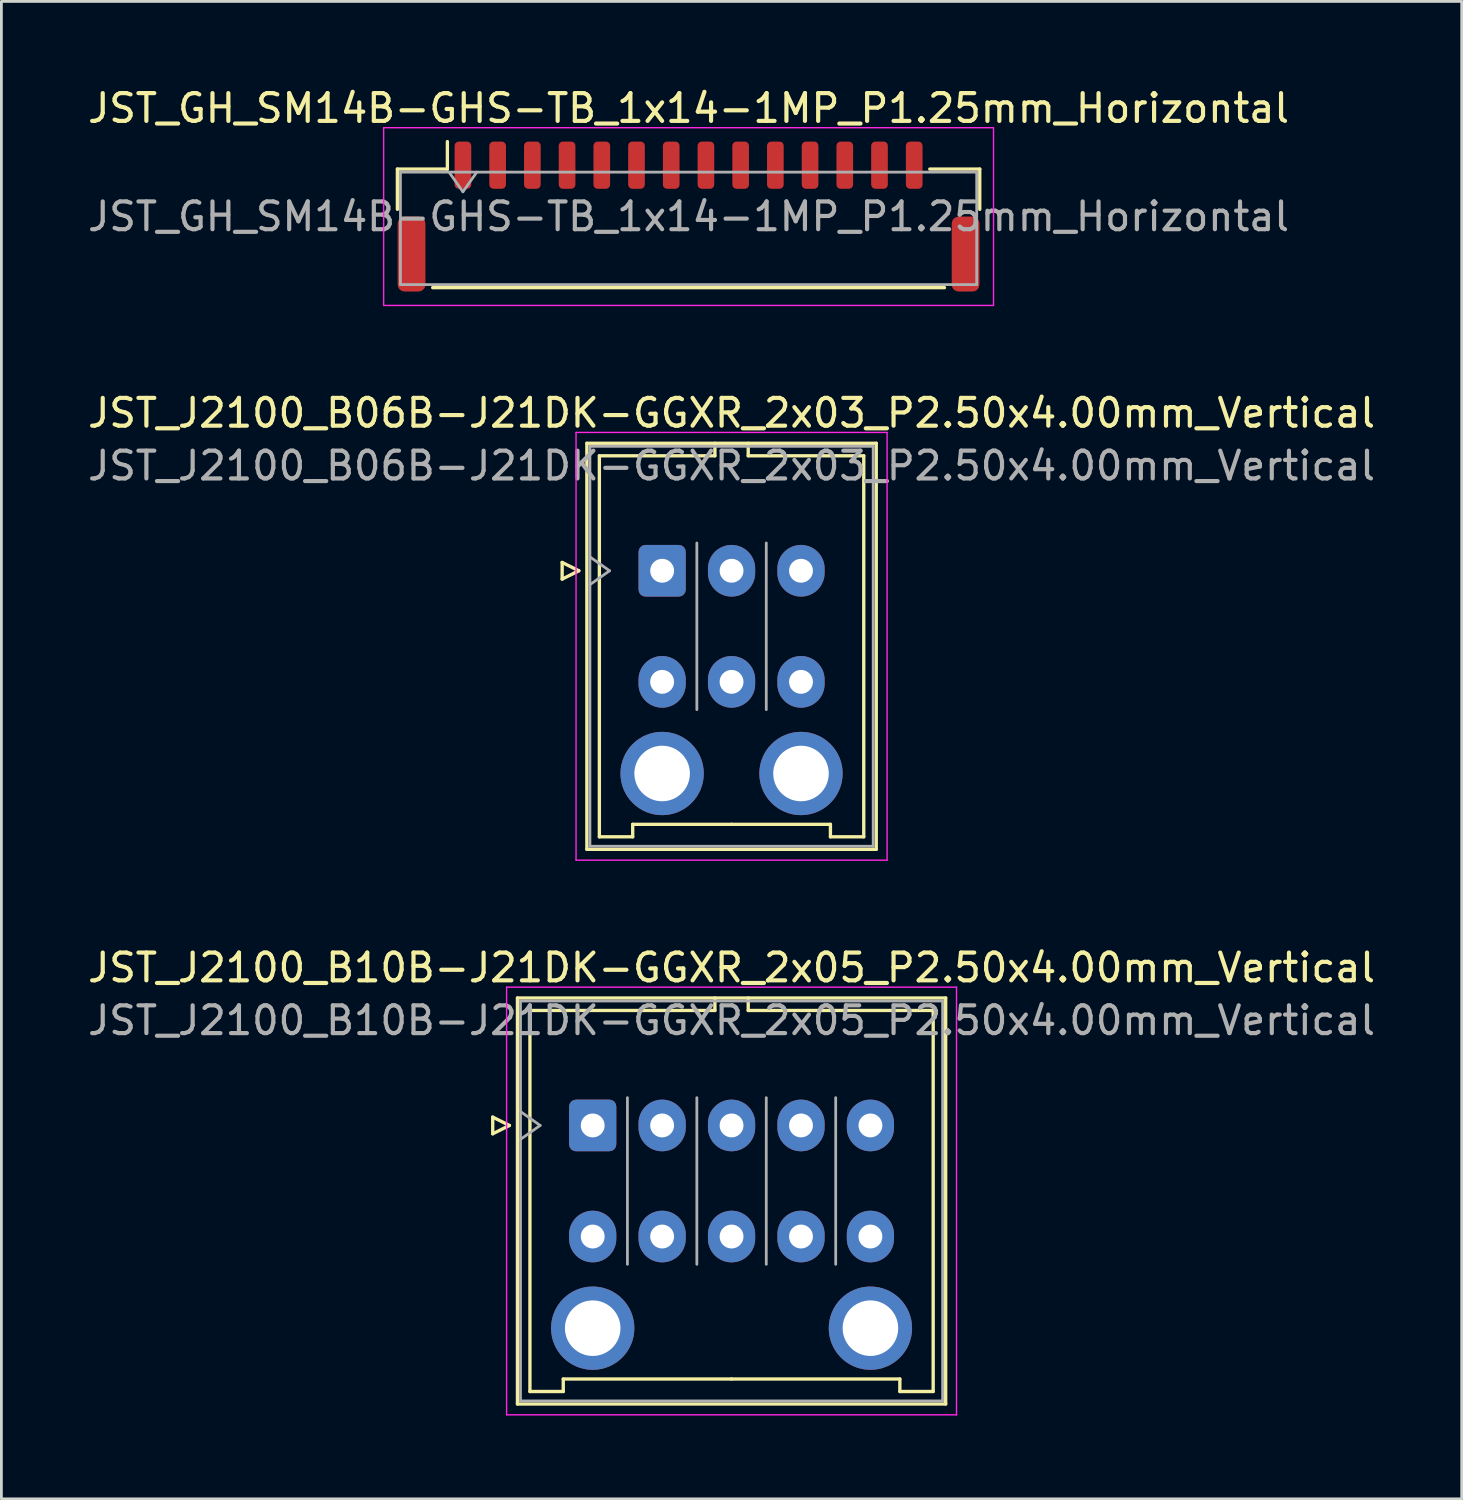
<source format=kicad_pcb>
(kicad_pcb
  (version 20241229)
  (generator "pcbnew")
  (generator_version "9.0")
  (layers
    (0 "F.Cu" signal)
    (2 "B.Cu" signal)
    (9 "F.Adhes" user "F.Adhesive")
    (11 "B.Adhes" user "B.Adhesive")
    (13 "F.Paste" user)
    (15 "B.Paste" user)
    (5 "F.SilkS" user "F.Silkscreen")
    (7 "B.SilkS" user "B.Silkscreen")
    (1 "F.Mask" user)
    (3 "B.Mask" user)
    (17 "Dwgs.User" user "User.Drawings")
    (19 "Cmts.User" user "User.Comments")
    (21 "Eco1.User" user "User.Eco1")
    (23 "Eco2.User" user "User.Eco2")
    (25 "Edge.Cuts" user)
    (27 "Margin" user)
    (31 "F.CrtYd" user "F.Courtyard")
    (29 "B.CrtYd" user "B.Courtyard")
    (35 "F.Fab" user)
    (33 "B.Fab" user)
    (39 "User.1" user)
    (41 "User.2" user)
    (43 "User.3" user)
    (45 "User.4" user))
  (footprint "JST_J2100_B06B-J21DK-GGXR_2x03_P2.50x4.00mm_Vertical"
    (layer "F.Cu")
    (at 20.792 17.502)
    (property "Reference" "JST_J2100_B06B-J21DK-GGXR_2x03_P2.50x4.00mm_Vertical" (at 2.5 -5.68 0) (layer "F.SilkS") (effects (font (size 1 1) (thickness 0.15))))
    (attr through_hole)
    (fp_line (start -3.6 -0.3) (end -3 0) (stroke (width 0.12) (type solid)) (layer "F.SilkS"))
    (fp_line (start -3.6 0.3) (end -3.6 -0.3) (stroke (width 0.12) (type solid)) (layer "F.SilkS"))
    (fp_line (start -3 0) (end -3.6 0.3) (stroke (width 0.12) (type solid)) (layer "F.SilkS"))
    (fp_line (start -2.71 -4.59) (end -2.71 10.03) (stroke (width 0.12) (type solid)) (layer "F.SilkS"))
    (fp_line (start -2.71 10.03) (end 7.71 10.03) (stroke (width 0.12) (type solid)) (layer "F.SilkS"))
    (fp_line (start -2.26 -4.14) (end -2.26 9.58) (stroke (width 0.12) (type solid)) (layer "F.SilkS"))
    (fp_line (start -2.26 9.58) (end -1.06 9.58) (stroke (width 0.12) (type solid)) (layer "F.SilkS"))
    (fp_line (start -1.06 9.13) (end 2.5 9.13) (stroke (width 0.12) (type solid)) (layer "F.SilkS"))
    (fp_line (start -1.06 9.58) (end -1.06 9.13) (stroke (width 0.12) (type solid)) (layer "F.SilkS"))
    (fp_line (start 1.9 -4.59) (end 1.9 -4.14) (stroke (width 0.12) (type solid)) (layer "F.SilkS"))
    (fp_line (start 1.9 -4.14) (end -2.26 -4.14) (stroke (width 0.12) (type solid)) (layer "F.SilkS"))
    (fp_line (start 3.1 -4.59) (end 3.1 -4.14) (stroke (width 0.12) (type solid)) (layer "F.SilkS"))
    (fp_line (start 3.1 -4.14) (end 7.26 -4.14) (stroke (width 0.12) (type solid)) (layer "F.SilkS"))
    (fp_line (start 6.06 9.13) (end 2.5 9.13) (stroke (width 0.12) (type solid)) (layer "F.SilkS"))
    (fp_line (start 6.06 9.58) (end 6.06 9.13) (stroke (width 0.12) (type solid)) (layer "F.SilkS"))
    (fp_line (start 7.26 -4.14) (end 7.26 9.58) (stroke (width 0.12) (type solid)) (layer "F.SilkS"))
    (fp_line (start 7.26 9.58) (end 6.06 9.58) (stroke (width 0.12) (type solid)) (layer "F.SilkS"))
    (fp_line (start 7.71 -4.59) (end -2.71 -4.59) (stroke (width 0.12) (type solid)) (layer "F.SilkS"))
    (fp_line (start 7.71 10.03) (end 7.71 -4.59) (stroke (width 0.12) (type solid)) (layer "F.SilkS"))
    (fp_line (start -3.1 -4.98) (end -3.1 10.42) (stroke (width 0.05) (type solid)) (layer "F.CrtYd"))
    (fp_line (start -3.1 10.42) (end 8.1 10.42) (stroke (width 0.05) (type solid)) (layer "F.CrtYd"))
    (fp_line (start 8.1 -4.98) (end -3.1 -4.98) (stroke (width 0.05) (type solid)) (layer "F.CrtYd"))
    (fp_line (start 8.1 10.42) (end 8.1 -4.98) (stroke (width 0.05) (type solid)) (layer "F.CrtYd"))
    (fp_line (start -2.6 -4.48) (end -2.6 9.92) (stroke (width 0.1) (type solid)) (layer "F.Fab"))
    (fp_line (start -2.6 0.5) (end -1.893 0) (stroke (width 0.1) (type solid)) (layer "F.Fab"))
    (fp_line (start -2.6 9.92) (end 7.6 9.92) (stroke (width 0.1) (type solid)) (layer "F.Fab"))
    (fp_line (start -1.893 0) (end -2.6 -0.5) (stroke (width 0.1) (type solid)) (layer "F.Fab"))
    (fp_line (start 1.25 5) (end 1.25 -1) (stroke (width 0.1) (type solid)) (layer "F.Fab"))
    (fp_line (start 3.75 5) (end 3.75 -1) (stroke (width 0.1) (type solid)) (layer "F.Fab"))
    (fp_line (start 7.6 -4.48) (end -2.6 -4.48) (stroke (width 0.1) (type solid)) (layer "F.Fab"))
    (fp_line (start 7.6 9.92) (end 7.6 -4.48) (stroke (width 0.1) (type solid)) (layer "F.Fab"))
    (fp_text user "${REFERENCE}" (at 2.5 -3.78 0) (layer "F.Fab") (effects (font (size 1 1) (thickness 0.15))))
    (pad "" thru_hole circle (at 0 7.3) (size 3 3) (drill 2) (layers "*.Cu" "*.Mask"))
    (pad "" thru_hole circle (at 5 7.3) (size 3 3) (drill 2) (layers "*.Cu" "*.Mask"))
    (pad "1" thru_hole roundrect (at 0 0) (size 1.7 1.86) (drill 0.86) (layers "*.Cu" "*.Mask") (roundrect_rratio 0.147))
    (pad "2" thru_hole oval (at 2.5 0) (size 1.7 1.86) (drill 0.86) (layers "*.Cu" "*.Mask"))
    (pad "3" thru_hole oval (at 5 0) (size 1.7 1.86) (drill 0.86) (layers "*.Cu" "*.Mask"))
    (pad "4" thru_hole oval (at 0 4) (size 1.7 1.86) (drill 0.86) (layers "*.Cu" "*.Mask"))
    (pad "5" thru_hole oval (at 2.5 4) (size 1.7 1.86) (drill 0.86) (layers "*.Cu" "*.Mask"))
    (pad "6" thru_hole oval (at 5 4) (size 1.7 1.86) (drill 0.86) (layers "*.Cu" "*.Mask")))
  (footprint "JST_GH_SM14B-GHS-TB_1x14-1MP_P1.25mm_Horizontal"
    (layer "F.Cu")
    (at 21.744 4.748)
    (property "Reference" "JST_GH_SM14B-GHS-TB_1x14-1MP_P1.25mm_Horizontal" (at 0 -3.9 0) (layer "F.SilkS") (effects (font (size 1 1) (thickness 0.15))))
    (attr smd)
    (fp_line (start -10.485 -1.71) (end -8.685 -1.71) (stroke (width 0.12) (type solid)) (layer "F.SilkS"))
    (fp_line (start -10.485 -0.26) (end -10.485 -1.71) (stroke (width 0.12) (type solid)) (layer "F.SilkS"))
    (fp_line (start -9.215 2.56) (end 9.215 2.56) (stroke (width 0.12) (type solid)) (layer "F.SilkS"))
    (fp_line (start -8.685 -1.71) (end -8.685 -2.7) (stroke (width 0.12) (type solid)) (layer "F.SilkS"))
    (fp_line (start 10.485 -1.71) (end 8.685 -1.71) (stroke (width 0.12) (type solid)) (layer "F.SilkS"))
    (fp_line (start 10.485 -0.26) (end 10.485 -1.71) (stroke (width 0.12) (type solid)) (layer "F.SilkS"))
    (fp_line (start -10.98 -3.2) (end -10.98 3.2) (stroke (width 0.05) (type solid)) (layer "F.CrtYd"))
    (fp_line (start -10.98 3.2) (end 10.98 3.2) (stroke (width 0.05) (type solid)) (layer "F.CrtYd"))
    (fp_line (start 10.98 -3.2) (end -10.98 -3.2) (stroke (width 0.05) (type solid)) (layer "F.CrtYd"))
    (fp_line (start 10.98 3.2) (end 10.98 -3.2) (stroke (width 0.05) (type solid)) (layer "F.CrtYd"))
    (fp_line (start -10.375 -1.6) (end -10.375 2.45) (stroke (width 0.1) (type solid)) (layer "F.Fab"))
    (fp_line (start -10.375 -1.6) (end 10.375 -1.6) (stroke (width 0.1) (type solid)) (layer "F.Fab"))
    (fp_line (start -10.375 2.45) (end 10.375 2.45) (stroke (width 0.1) (type solid)) (layer "F.Fab"))
    (fp_line (start -8.625 -1.6) (end -8.125 -0.893) (stroke (width 0.1) (type solid)) (layer "F.Fab"))
    (fp_line (start -8.125 -0.893) (end -7.625 -1.6) (stroke (width 0.1) (type solid)) (layer "F.Fab"))
    (fp_line (start 10.375 -1.6) (end 10.375 2.45) (stroke (width 0.1) (type solid)) (layer "F.Fab"))
    (fp_text user "${REFERENCE}" (at 0 0 0) (layer "F.Fab") (effects (font (size 1 1) (thickness 0.15))))
    (pad "1" smd roundrect (at -8.125 -1.85) (size 0.6 1.7) (layers "F.Cu" "F.Mask" "F.Paste") (roundrect_rratio 0.25))
    (pad "2" smd roundrect (at -6.875 -1.85) (size 0.6 1.7) (layers "F.Cu" "F.Mask" "F.Paste") (roundrect_rratio 0.25))
    (pad "3" smd roundrect (at -5.625 -1.85) (size 0.6 1.7) (layers "F.Cu" "F.Mask" "F.Paste") (roundrect_rratio 0.25))
    (pad "4" smd roundrect (at -4.375 -1.85) (size 0.6 1.7) (layers "F.Cu" "F.Mask" "F.Paste") (roundrect_rratio 0.25))
    (pad "5" smd roundrect (at -3.125 -1.85) (size 0.6 1.7) (layers "F.Cu" "F.Mask" "F.Paste") (roundrect_rratio 0.25))
    (pad "6" smd roundrect (at -1.875 -1.85) (size 0.6 1.7) (layers "F.Cu" "F.Mask" "F.Paste") (roundrect_rratio 0.25))
    (pad "7" smd roundrect (at -0.625 -1.85) (size 0.6 1.7) (layers "F.Cu" "F.Mask" "F.Paste") (roundrect_rratio 0.25))
    (pad "8" smd roundrect (at 0.625 -1.85) (size 0.6 1.7) (layers "F.Cu" "F.Mask" "F.Paste") (roundrect_rratio 0.25))
    (pad "9" smd roundrect (at 1.875 -1.85) (size 0.6 1.7) (layers "F.Cu" "F.Mask" "F.Paste") (roundrect_rratio 0.25))
    (pad "10" smd roundrect (at 3.125 -1.85) (size 0.6 1.7) (layers "F.Cu" "F.Mask" "F.Paste") (roundrect_rratio 0.25))
    (pad "11" smd roundrect (at 4.375 -1.85) (size 0.6 1.7) (layers "F.Cu" "F.Mask" "F.Paste") (roundrect_rratio 0.25))
    (pad "12" smd roundrect (at 5.625 -1.85) (size 0.6 1.7) (layers "F.Cu" "F.Mask" "F.Paste") (roundrect_rratio 0.25))
    (pad "13" smd roundrect (at 6.875 -1.85) (size 0.6 1.7) (layers "F.Cu" "F.Mask" "F.Paste") (roundrect_rratio 0.25))
    (pad "14" smd roundrect (at 8.125 -1.85) (size 0.6 1.7) (layers "F.Cu" "F.Mask" "F.Paste") (roundrect_rratio 0.25))
    (pad "MP" smd roundrect (at -9.975 1.35) (size 1 2.7) (layers "F.Cu" "F.Mask" "F.Paste") (roundrect_rratio 0.25))
    (pad "MP" smd roundrect (at 9.975 1.35) (size 1 2.7) (layers "F.Cu" "F.Mask" "F.Paste") (roundrect_rratio 0.25)))
  (footprint "JST_J2100_B10B-J21DK-GGXR_2x05_P2.50x4.00mm_Vertical"
    (layer "F.Cu")
    (at 18.292 37.475)
    (property "Reference" "JST_J2100_B10B-J21DK-GGXR_2x05_P2.50x4.00mm_Vertical" (at 5 -5.68 0) (layer "F.SilkS") (effects (font (size 1 1) (thickness 0.15))))
    (attr through_hole)
    (fp_line (start -3.6 -0.3) (end -3 0) (stroke (width 0.12) (type solid)) (layer "F.SilkS"))
    (fp_line (start -3.6 0.3) (end -3.6 -0.3) (stroke (width 0.12) (type solid)) (layer "F.SilkS"))
    (fp_line (start -3 0) (end -3.6 0.3) (stroke (width 0.12) (type solid)) (layer "F.SilkS"))
    (fp_line (start -2.71 -4.59) (end -2.71 10.03) (stroke (width 0.12) (type solid)) (layer "F.SilkS"))
    (fp_line (start -2.71 10.03) (end 12.71 10.03) (stroke (width 0.12) (type solid)) (layer "F.SilkS"))
    (fp_line (start -2.26 -4.14) (end -2.26 9.58) (stroke (width 0.12) (type solid)) (layer "F.SilkS"))
    (fp_line (start -2.26 9.58) (end -1.06 9.58) (stroke (width 0.12) (type solid)) (layer "F.SilkS"))
    (fp_line (start -1.06 9.13) (end 5 9.13) (stroke (width 0.12) (type solid)) (layer "F.SilkS"))
    (fp_line (start -1.06 9.58) (end -1.06 9.13) (stroke (width 0.12) (type solid)) (layer "F.SilkS"))
    (fp_line (start 4.4 -4.59) (end 4.4 -4.14) (stroke (width 0.12) (type solid)) (layer "F.SilkS"))
    (fp_line (start 4.4 -4.14) (end -2.26 -4.14) (stroke (width 0.12) (type solid)) (layer "F.SilkS"))
    (fp_line (start 5.6 -4.59) (end 5.6 -4.14) (stroke (width 0.12) (type solid)) (layer "F.SilkS"))
    (fp_line (start 5.6 -4.14) (end 12.26 -4.14) (stroke (width 0.12) (type solid)) (layer "F.SilkS"))
    (fp_line (start 11.06 9.13) (end 5 9.13) (stroke (width 0.12) (type solid)) (layer "F.SilkS"))
    (fp_line (start 11.06 9.58) (end 11.06 9.13) (stroke (width 0.12) (type solid)) (layer "F.SilkS"))
    (fp_line (start 12.26 -4.14) (end 12.26 9.58) (stroke (width 0.12) (type solid)) (layer "F.SilkS"))
    (fp_line (start 12.26 9.58) (end 11.06 9.58) (stroke (width 0.12) (type solid)) (layer "F.SilkS"))
    (fp_line (start 12.71 -4.59) (end -2.71 -4.59) (stroke (width 0.12) (type solid)) (layer "F.SilkS"))
    (fp_line (start 12.71 10.03) (end 12.71 -4.59) (stroke (width 0.12) (type solid)) (layer "F.SilkS"))
    (fp_line (start -3.1 -4.98) (end -3.1 10.42) (stroke (width 0.05) (type solid)) (layer "F.CrtYd"))
    (fp_line (start -3.1 10.42) (end 13.1 10.42) (stroke (width 0.05) (type solid)) (layer "F.CrtYd"))
    (fp_line (start 13.1 -4.98) (end -3.1 -4.98) (stroke (width 0.05) (type solid)) (layer "F.CrtYd"))
    (fp_line (start 13.1 10.42) (end 13.1 -4.98) (stroke (width 0.05) (type solid)) (layer "F.CrtYd"))
    (fp_line (start -2.6 -4.48) (end -2.6 9.92) (stroke (width 0.1) (type solid)) (layer "F.Fab"))
    (fp_line (start -2.6 0.5) (end -1.893 0) (stroke (width 0.1) (type solid)) (layer "F.Fab"))
    (fp_line (start -2.6 9.92) (end 12.6 9.92) (stroke (width 0.1) (type solid)) (layer "F.Fab"))
    (fp_line (start -1.893 0) (end -2.6 -0.5) (stroke (width 0.1) (type solid)) (layer "F.Fab"))
    (fp_line (start 1.25 5) (end 1.25 -1) (stroke (width 0.1) (type solid)) (layer "F.Fab"))
    (fp_line (start 3.75 5) (end 3.75 -1) (stroke (width 0.1) (type solid)) (layer "F.Fab"))
    (fp_line (start 6.25 5) (end 6.25 -1) (stroke (width 0.1) (type solid)) (layer "F.Fab"))
    (fp_line (start 8.75 5) (end 8.75 -1) (stroke (width 0.1) (type solid)) (layer "F.Fab"))
    (fp_line (start 12.6 -4.48) (end -2.6 -4.48) (stroke (width 0.1) (type solid)) (layer "F.Fab"))
    (fp_line (start 12.6 9.92) (end 12.6 -4.48) (stroke (width 0.1) (type solid)) (layer "F.Fab"))
    (fp_text user "${REFERENCE}" (at 5 -3.78 0) (layer "F.Fab") (effects (font (size 1 1) (thickness 0.15))))
    (pad "" thru_hole circle (at 0 7.3) (size 3 3) (drill 2) (layers "*.Cu" "*.Mask"))
    (pad "" thru_hole circle (at 10 7.3) (size 3 3) (drill 2) (layers "*.Cu" "*.Mask"))
    (pad "1" thru_hole roundrect (at 0 0) (size 1.7 1.86) (drill 0.86) (layers "*.Cu" "*.Mask") (roundrect_rratio 0.147))
    (pad "2" thru_hole oval (at 2.5 0) (size 1.7 1.86) (drill 0.86) (layers "*.Cu" "*.Mask"))
    (pad "3" thru_hole oval (at 5 0) (size 1.7 1.86) (drill 0.86) (layers "*.Cu" "*.Mask"))
    (pad "4" thru_hole oval (at 7.5 0) (size 1.7 1.86) (drill 0.86) (layers "*.Cu" "*.Mask"))
    (pad "5" thru_hole oval (at 10 0) (size 1.7 1.86) (drill 0.86) (layers "*.Cu" "*.Mask"))
    (pad "6" thru_hole oval (at 0 4) (size 1.7 1.86) (drill 0.86) (layers "*.Cu" "*.Mask"))
    (pad "7" thru_hole oval (at 2.5 4) (size 1.7 1.86) (drill 0.86) (layers "*.Cu" "*.Mask"))
    (pad "8" thru_hole oval (at 5 4) (size 1.7 1.86) (drill 0.86) (layers "*.Cu" "*.Mask"))
    (pad "9" thru_hole oval (at 7.5 4) (size 1.7 1.86) (drill 0.86) (layers "*.Cu" "*.Mask"))
    (pad "10" thru_hole oval (at 10 4) (size 1.7 1.86) (drill 0.86) (layers "*.Cu" "*.Mask")))
  (gr_rect
    (start -3 -3)
    (end 49.583 50.92)
    (stroke (width 0.1) (type default))
    (fill no)
    (layer "Edge.Cuts")))
</source>
